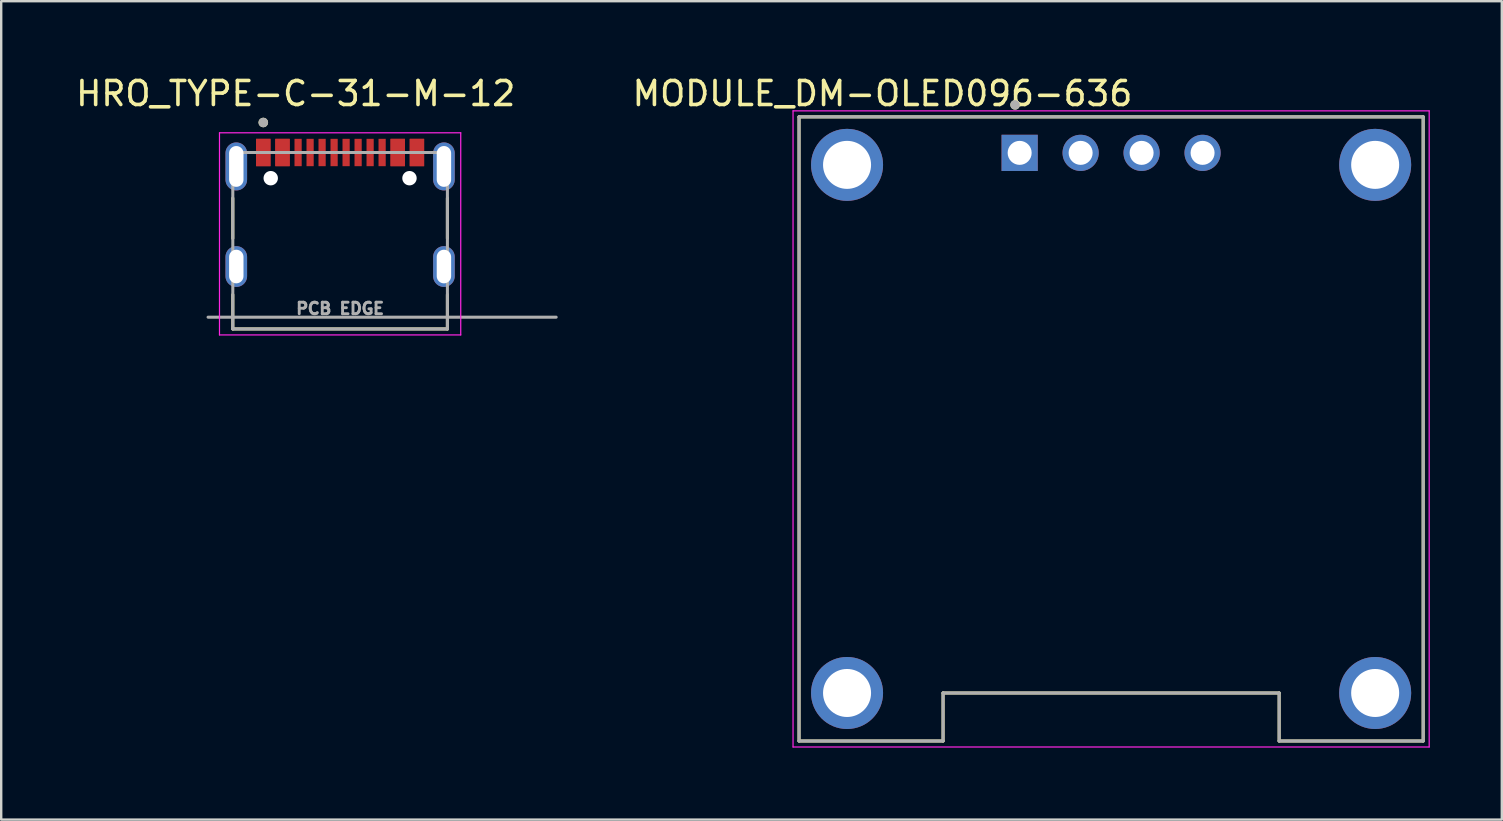
<source format=kicad_pcb>
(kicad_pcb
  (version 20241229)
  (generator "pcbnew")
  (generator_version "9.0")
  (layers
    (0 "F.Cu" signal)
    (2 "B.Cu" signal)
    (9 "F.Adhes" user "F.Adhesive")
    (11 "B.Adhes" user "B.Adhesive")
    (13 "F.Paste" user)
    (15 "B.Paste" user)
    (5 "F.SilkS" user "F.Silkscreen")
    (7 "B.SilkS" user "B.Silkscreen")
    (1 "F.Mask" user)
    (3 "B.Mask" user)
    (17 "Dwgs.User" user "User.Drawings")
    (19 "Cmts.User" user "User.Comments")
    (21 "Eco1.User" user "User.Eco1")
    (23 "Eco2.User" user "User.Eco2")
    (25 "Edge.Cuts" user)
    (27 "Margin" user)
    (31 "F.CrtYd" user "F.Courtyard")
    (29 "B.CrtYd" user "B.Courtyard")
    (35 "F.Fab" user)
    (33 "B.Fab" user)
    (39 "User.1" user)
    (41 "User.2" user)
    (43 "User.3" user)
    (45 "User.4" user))
  (footprint "HRO_TYPE-C-31-M-12"
    (layer "F.Cu")
    (at 11.118 8.053)
    (property "Reference" "HRO_TYPE-C-31-M-12" (at -1.85 -7.205 0) (layer "F.SilkS") (effects (font (size 1 1) (thickness 0.15))))
    (attr smd)
    (fp_poly (pts (xy -3.55 -5.37) (xy -2.85 -5.37) (xy -2.85 -4.13) (xy -3.55 -4.13)) (stroke (width 0.01) (type solid)) (fill yes) (layer "F.Mask"))
    (fp_poly (pts (xy -2.75 -5.37) (xy -2.05 -5.37) (xy -2.05 -4.13) (xy -2.75 -4.13)) (stroke (width 0.01) (type solid)) (fill yes) (layer "F.Mask"))
    (fp_poly (pts (xy -1.95 -5.37) (xy -1.55 -5.37) (xy -1.55 -4.13) (xy -1.95 -4.13)) (stroke (width 0.01) (type solid)) (fill yes) (layer "F.Mask"))
    (fp_poly (pts (xy -1.45 -5.37) (xy -1.05 -5.37) (xy -1.05 -4.13) (xy -1.45 -4.13)) (stroke (width 0.01) (type solid)) (fill yes) (layer "F.Mask"))
    (fp_poly (pts (xy -0.95 -5.37) (xy -0.55 -5.37) (xy -0.55 -4.13) (xy -0.95 -4.13)) (stroke (width 0.01) (type solid)) (fill yes) (layer "F.Mask"))
    (fp_poly (pts (xy -0.45 -5.37) (xy -0.05 -5.37) (xy -0.05 -4.13) (xy -0.45 -4.13)) (stroke (width 0.01) (type solid)) (fill yes) (layer "F.Mask"))
    (fp_poly (pts (xy 0.05 -5.37) (xy 0.45 -5.37) (xy 0.45 -4.13) (xy 0.05 -4.13)) (stroke (width 0.01) (type solid)) (fill yes) (layer "F.Mask"))
    (fp_poly (pts (xy 0.55 -5.37) (xy 0.95 -5.37) (xy 0.95 -4.13) (xy 0.55 -4.13)) (stroke (width 0.01) (type solid)) (fill yes) (layer "F.Mask"))
    (fp_poly (pts (xy 1.05 -5.37) (xy 1.45 -5.37) (xy 1.45 -4.13) (xy 1.05 -4.13)) (stroke (width 0.01) (type solid)) (fill yes) (layer "F.Mask"))
    (fp_poly (pts (xy 1.55 -5.37) (xy 1.95 -5.37) (xy 1.95 -4.13) (xy 1.55 -4.13)) (stroke (width 0.01) (type solid)) (fill yes) (layer "F.Mask"))
    (fp_poly (pts (xy 2.05 -5.37) (xy 2.75 -5.37) (xy 2.75 -4.13) (xy 2.05 -4.13)) (stroke (width 0.01) (type solid)) (fill yes) (layer "F.Mask"))
    (fp_poly (pts (xy 2.85 -5.37) (xy 3.55 -5.37) (xy 3.55 -4.13) (xy 2.85 -4.13)) (stroke (width 0.01) (type solid)) (fill yes) (layer "F.Mask"))
    (fp_line (start -4.47 -2.85) (end -4.47 -1.17) (stroke (width 0.127) (type solid)) (layer "F.SilkS"))
    (fp_line (start -4.47 2.6) (end -4.47 1.17) (stroke (width 0.127) (type solid)) (layer "F.SilkS"))
    (fp_line (start -4.47 2.6) (end 4.47 2.6) (stroke (width 0.127) (type solid)) (layer "F.SilkS"))
    (fp_line (start 4.47 -2.85) (end 4.47 -1.17) (stroke (width 0.127) (type solid)) (layer "F.SilkS"))
    (fp_line (start 4.47 2.6) (end 4.47 1.17) (stroke (width 0.127) (type solid)) (layer "F.SilkS"))
    (fp_circle (center -3.2 -6) (end -3.1 -6) (stroke (width 0.2) (type solid)) (fill no) (layer "F.SilkS"))
    (fp_line (start -5.025 -5.57) (end -5.025 2.85) (stroke (width 0.05) (type solid)) (layer "F.CrtYd"))
    (fp_line (start -5.025 2.85) (end 5.025 2.85) (stroke (width 0.05) (type solid)) (layer "F.CrtYd"))
    (fp_line (start 5.025 -5.57) (end -5.025 -5.57) (stroke (width 0.05) (type solid)) (layer "F.CrtYd"))
    (fp_line (start 5.025 2.85) (end 5.025 -5.57) (stroke (width 0.05) (type solid)) (layer "F.CrtYd"))
    (fp_line (start -5.5 2.11) (end 9 2.11) (stroke (width 0.127) (type solid)) (layer "F.Fab"))
    (fp_line (start -4.47 -4.75) (end -4.47 2.6) (stroke (width 0.127) (type solid)) (layer "F.Fab"))
    (fp_line (start -4.47 2.6) (end 4.47 2.6) (stroke (width 0.127) (type solid)) (layer "F.Fab"))
    (fp_line (start 4.47 -4.75) (end -4.47 -4.75) (stroke (width 0.127) (type solid)) (layer "F.Fab"))
    (fp_line (start 4.47 2.6) (end 4.47 -4.75) (stroke (width 0.127) (type solid)) (layer "F.Fab"))
    (fp_circle (center -3.2 -6) (end -3.1 -6) (stroke (width 0.2) (type solid)) (fill no) (layer "F.Fab"))
    (fp_text user "PCB EDGE" (at 0 1.75 0) (layer "F.Fab") (effects (font (size 0.48 0.48) (thickness 0.15))))
    (pad "" np_thru_hole circle (at -2.89 -3.68) (size 0.6 0.6) (drill 0.6) (layers "*.Cu" "*.Mask"))
    (pad "" np_thru_hole circle (at 2.89 -3.68) (size 0.6 0.6) (drill 0.6) (layers "*.Cu" "*.Mask"))
    (pad "A1" smd rect (at -3.2 -4.75) (size 0.6 1.14) (layers "F.Cu" "F.Paste"))
    (pad "A4" smd rect (at -2.4 -4.75) (size 0.6 1.14) (layers "F.Cu" "F.Paste"))
    (pad "A5" smd rect (at -1.25 -4.75) (size 0.3 1.14) (layers "F.Cu" "F.Paste"))
    (pad "A6" smd rect (at -0.25 -4.75) (size 0.3 1.14) (layers "F.Cu" "F.Paste"))
    (pad "A7" smd rect (at 0.25 -4.75) (size 0.3 1.14) (layers "F.Cu" "F.Paste"))
    (pad "A8" smd rect (at 1.25 -4.75) (size 0.3 1.14) (layers "F.Cu" "F.Paste"))
    (pad "A9" smd rect (at 2.4 -4.75) (size 0.6 1.14) (layers "F.Cu" "F.Paste"))
    (pad "A12" smd rect (at 3.2 -4.75) (size 0.6 1.14) (layers "F.Cu" "F.Paste"))
    (pad "B1" smd rect (at 3.2 -4.75) (size 0.6 1.14) (layers "F.Cu" "F.Paste"))
    (pad "B4" smd rect (at 2.4 -4.75) (size 0.6 1.14) (layers "F.Cu" "F.Paste"))
    (pad "B5" smd rect (at 1.75 -4.75) (size 0.3 1.14) (layers "F.Cu" "F.Paste"))
    (pad "B6" smd rect (at 0.75 -4.75) (size 0.3 1.14) (layers "F.Cu" "F.Paste"))
    (pad "B7" smd rect (at -0.75 -4.75) (size 0.3 1.14) (layers "F.Cu" "F.Paste"))
    (pad "B8" smd rect (at -1.75 -4.75) (size 0.3 1.14) (layers "F.Cu" "F.Paste"))
    (pad "B9" smd rect (at -2.4 -4.75) (size 0.6 1.14) (layers "F.Cu" "F.Paste"))
    (pad "B12" smd rect (at -3.2 -4.75) (size 0.6 1.14) (layers "F.Cu" "F.Paste"))
    (pad "S1" thru_hole oval (at -4.325 -4.17) (size 0.9 2) (drill oval 0.6 1.7) (layers "*.Cu" "*.Mask"))
    (pad "S1" thru_hole oval (at -4.325 0) (size 0.9 1.7) (drill oval 0.6 1.4) (layers "*.Cu" "*.Mask"))
    (pad "S1" thru_hole oval (at 4.325 -4.17) (size 0.9 2) (drill oval 0.6 1.7) (layers "*.Cu" "*.Mask"))
    (pad "S1" thru_hole oval (at 4.325 0) (size 0.9 1.7) (drill oval 0.6 1.4) (layers "*.Cu" "*.Mask")))
  (footprint "MODULE_DM-OLED096-636"
    (layer "F.Cu")
    (at 43.236 14.818)
    (property "Reference" "MODULE_DM-OLED096-636" (at -9.525 -13.97 0) (layer "F.SilkS") (effects (font (size 1 1) (thickness 0.15))))
    (attr through_hole)
    (fp_line (start -13 -13) (end 13 -13) (stroke (width 0.127) (type solid)) (layer "F.SilkS"))
    (fp_line (start -13 13) (end -13 -13) (stroke (width 0.127) (type solid)) (layer "F.SilkS"))
    (fp_line (start -7 11) (end -7 13) (stroke (width 0.127) (type solid)) (layer "F.SilkS"))
    (fp_line (start -7 13) (end -13 13) (stroke (width 0.127) (type solid)) (layer "F.SilkS"))
    (fp_line (start 7 11) (end -7 11) (stroke (width 0.127) (type solid)) (layer "F.SilkS"))
    (fp_line (start 7 13) (end 7 11) (stroke (width 0.127) (type solid)) (layer "F.SilkS"))
    (fp_line (start 13 -13) (end 13 13) (stroke (width 0.127) (type solid)) (layer "F.SilkS"))
    (fp_line (start 13 13) (end 7 13) (stroke (width 0.127) (type solid)) (layer "F.SilkS"))
    (fp_circle (center -4 -13.5) (end -3.9 -13.5) (stroke (width 0.2) (type solid)) (fill no) (layer "F.SilkS"))
    (fp_line (start -13.25 -13.25) (end 13.25 -13.25) (stroke (width 0.05) (type solid)) (layer "F.CrtYd"))
    (fp_line (start -13.25 13.25) (end -13.25 -13.25) (stroke (width 0.05) (type solid)) (layer "F.CrtYd"))
    (fp_line (start 13.25 -13.25) (end 13.25 13.25) (stroke (width 0.05) (type solid)) (layer "F.CrtYd"))
    (fp_line (start 13.25 13.25) (end -13.25 13.25) (stroke (width 0.05) (type solid)) (layer "F.CrtYd"))
    (fp_line (start -13 -13) (end 13 -13) (stroke (width 0.127) (type solid)) (layer "F.Fab"))
    (fp_line (start -13 13) (end -13 -13) (stroke (width 0.127) (type solid)) (layer "F.Fab"))
    (fp_line (start -7 11) (end 7 11) (stroke (width 0.127) (type solid)) (layer "F.Fab"))
    (fp_line (start -7 13) (end -13 13) (stroke (width 0.127) (type solid)) (layer "F.Fab"))
    (fp_line (start -7 13) (end -7 11) (stroke (width 0.127) (type solid)) (layer "F.Fab"))
    (fp_line (start 7 11) (end 7 13) (stroke (width 0.127) (type solid)) (layer "F.Fab"))
    (fp_line (start 13 -13) (end 13 13) (stroke (width 0.127) (type solid)) (layer "F.Fab"))
    (fp_line (start 13 13) (end 7 13) (stroke (width 0.127) (type solid)) (layer "F.Fab"))
    (fp_circle (center -4 -13.5) (end -3.9 -13.5) (stroke (width 0.2) (type solid)) (fill no) (layer "F.Fab"))
    (pad "1" thru_hole rect (at -3.81 -11.5) (size 1.508 1.508) (drill 1) (layers "*.Cu" "*.Mask"))
    (pad "2" thru_hole circle (at -1.27 -11.5) (size 1.508 1.508) (drill 1) (layers "*.Cu" "*.Mask"))
    (pad "3" thru_hole circle (at 1.27 -11.5) (size 1.508 1.508) (drill 1) (layers "*.Cu" "*.Mask"))
    (pad "4" thru_hole circle (at 3.81 -11.5) (size 1.508 1.508) (drill 1) (layers "*.Cu" "*.Mask"))
    (pad "S1" thru_hole circle (at -11 -11) (size 3 3) (drill 2) (layers "*.Cu" "*.Mask"))
    (pad "S2" thru_hole circle (at 11 -11) (size 3 3) (drill 2) (layers "*.Cu" "*.Mask"))
    (pad "S3" thru_hole circle (at 11 11) (size 3 3) (drill 2) (layers "*.Cu" "*.Mask"))
    (pad "S4" thru_hole circle (at -11 11) (size 3 3) (drill 2) (layers "*.Cu" "*.Mask")))
  (gr_rect
    (start -3 -3)
    (end 59.511 31.093)
    (stroke (width 0.1) (type default))
    (fill no)
    (layer "Edge.Cuts")))
</source>
